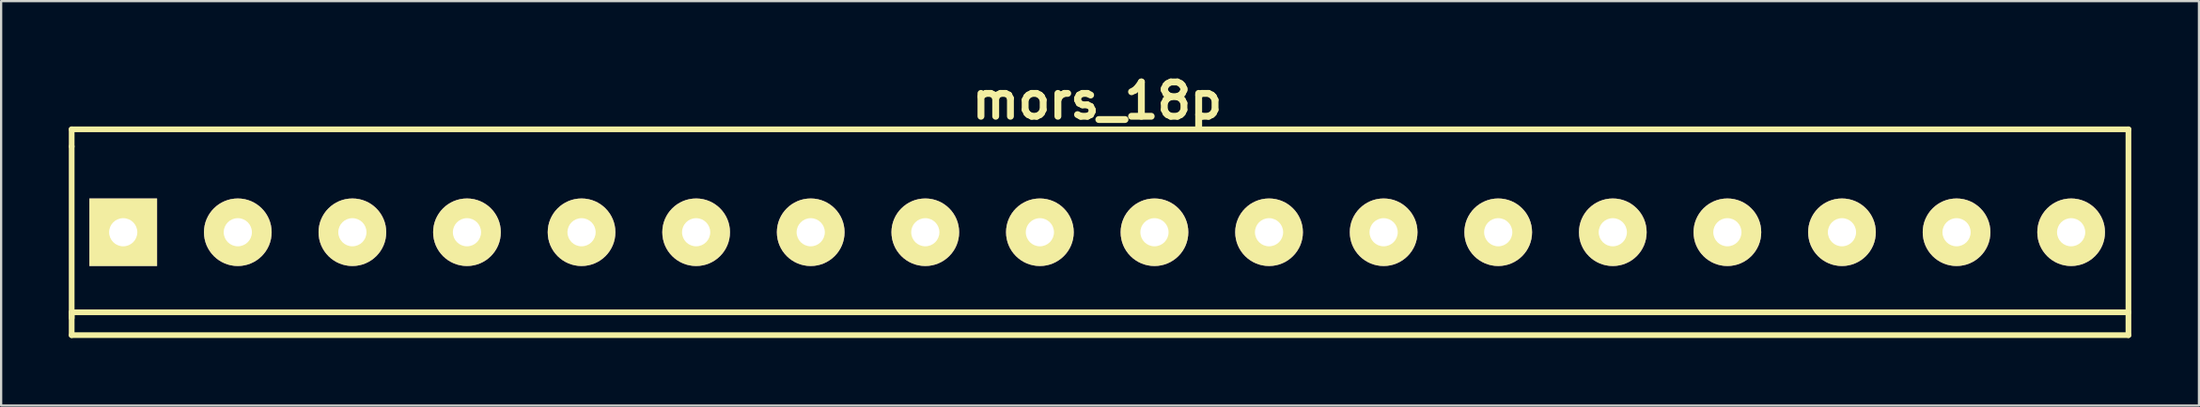
<source format=kicad_pcb>
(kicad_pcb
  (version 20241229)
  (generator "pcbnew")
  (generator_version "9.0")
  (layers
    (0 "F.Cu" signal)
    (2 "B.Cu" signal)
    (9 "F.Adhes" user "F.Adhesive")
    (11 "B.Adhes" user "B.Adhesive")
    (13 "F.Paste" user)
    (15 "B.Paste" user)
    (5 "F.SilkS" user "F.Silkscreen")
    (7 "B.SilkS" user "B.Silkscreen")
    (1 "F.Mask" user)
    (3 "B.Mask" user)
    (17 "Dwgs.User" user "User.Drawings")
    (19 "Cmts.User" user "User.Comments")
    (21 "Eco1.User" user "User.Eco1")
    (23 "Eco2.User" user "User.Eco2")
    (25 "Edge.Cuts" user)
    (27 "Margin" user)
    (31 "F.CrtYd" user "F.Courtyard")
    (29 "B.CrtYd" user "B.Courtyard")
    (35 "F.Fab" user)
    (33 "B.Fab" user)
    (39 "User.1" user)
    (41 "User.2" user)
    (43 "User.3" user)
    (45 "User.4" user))
  (footprint "mors_18p"
    (layer "F.Cu")
    (at 45.593 7.268)
    (property "Reference" "mors_18p" (at 0 -5.842 0) (layer "F.SilkS") (effects (font (size 1.524 1.524) (thickness 0.305))))
    (attr through_hole)
    (fp_line (start -45.466 -4.572) (end -45.466 -3.81) (stroke (width 0.254) (type solid)) (layer "F.SilkS"))
    (fp_line (start -45.466 3.81) (end -45.466 -3.81) (stroke (width 0.254) (type solid)) (layer "F.SilkS"))
    (fp_line (start -45.466 4.572) (end -45.466 3.556) (stroke (width 0.254) (type solid)) (layer "F.SilkS"))
    (fp_line (start -45.466 4.572) (end 45.72 4.572) (stroke (width 0.254) (type solid)) (layer "F.SilkS"))
    (fp_line (start 45.72 -4.572) (end -45.466 -4.572) (stroke (width 0.254) (type solid)) (layer "F.SilkS"))
    (fp_line (start 45.72 -4.572) (end 45.72 4.572) (stroke (width 0.254) (type solid)) (layer "F.SilkS"))
    (fp_line (start 45.72 3.556) (end -45.466 3.556) (stroke (width 0.254) (type solid)) (layer "F.SilkS"))
    (pad "1" thru_hole rect (at -43.18 0) (size 3 3) (drill 1.25) (layers "*.Cu" "*.Mask" "F.SilkS"))
    (pad "2" thru_hole circle (at -38.1 0) (size 3 3) (drill 1.25) (layers "*.Cu" "*.Mask" "F.SilkS"))
    (pad "3" thru_hole circle (at -33.02 0) (size 3 3) (drill 1.25) (layers "*.Cu" "*.Mask" "F.SilkS"))
    (pad "4" thru_hole circle (at -27.94 0) (size 3 3) (drill 1.25) (layers "*.Cu" "*.Mask" "F.SilkS"))
    (pad "5" thru_hole circle (at -22.86 0) (size 3 3) (drill 1.25) (layers "*.Cu" "*.Mask" "F.SilkS"))
    (pad "6" thru_hole circle (at -17.78 0) (size 3 3) (drill 1.25) (layers "*.Cu" "*.Mask" "F.SilkS"))
    (pad "7" thru_hole circle (at -12.7 0) (size 3 3) (drill 1.25) (layers "*.Cu" "*.Mask" "F.SilkS"))
    (pad "8" thru_hole circle (at -7.62 0) (size 3 3) (drill 1.25) (layers "*.Cu" "*.Mask" "F.SilkS"))
    (pad "9" thru_hole circle (at -2.54 0) (size 3 3) (drill 1.25) (layers "*.Cu" "*.Mask" "F.SilkS"))
    (pad "10" thru_hole circle (at 2.54 0) (size 3 3) (drill 1.25) (layers "*.Cu" "*.Mask" "F.SilkS"))
    (pad "11" thru_hole circle (at 7.62 0) (size 3 3) (drill 1.25) (layers "*.Cu" "*.Mask" "F.SilkS"))
    (pad "12" thru_hole circle (at 12.7 0) (size 3 3) (drill 1.25) (layers "*.Cu" "*.Mask" "F.SilkS"))
    (pad "13" thru_hole circle (at 17.78 0) (size 3 3) (drill 1.25) (layers "*.Cu" "*.Mask" "F.SilkS"))
    (pad "14" thru_hole circle (at 22.86 0) (size 3 3) (drill 1.25) (layers "*.Cu" "*.Mask" "F.SilkS"))
    (pad "15" thru_hole circle (at 27.94 0) (size 3 3) (drill 1.25) (layers "*.Cu" "*.Mask" "F.SilkS"))
    (pad "16" thru_hole circle (at 33.02 0) (size 3 3) (drill 1.25) (layers "*.Cu" "*.Mask" "F.SilkS"))
    (pad "17" thru_hole circle (at 38.1 0) (size 3 3) (drill 1.25) (layers "*.Cu" "*.Mask" "F.SilkS"))
    (pad "18" thru_hole circle (at 43.18 0) (size 3 3) (drill 1.25) (layers "*.Cu" "*.Mask" "F.SilkS")))
  (gr_rect
    (start -3 -3)
    (end 94.44 14.967)
    (stroke (width 0.1) (type default))
    (fill no)
    (layer "Edge.Cuts")))
</source>
